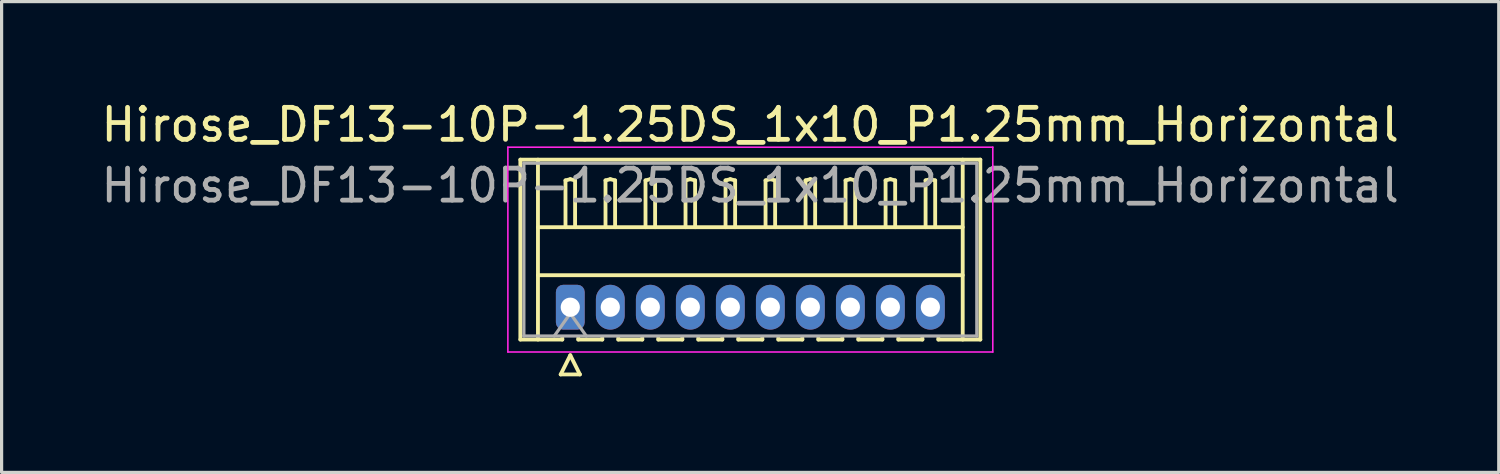
<source format=kicad_pcb>
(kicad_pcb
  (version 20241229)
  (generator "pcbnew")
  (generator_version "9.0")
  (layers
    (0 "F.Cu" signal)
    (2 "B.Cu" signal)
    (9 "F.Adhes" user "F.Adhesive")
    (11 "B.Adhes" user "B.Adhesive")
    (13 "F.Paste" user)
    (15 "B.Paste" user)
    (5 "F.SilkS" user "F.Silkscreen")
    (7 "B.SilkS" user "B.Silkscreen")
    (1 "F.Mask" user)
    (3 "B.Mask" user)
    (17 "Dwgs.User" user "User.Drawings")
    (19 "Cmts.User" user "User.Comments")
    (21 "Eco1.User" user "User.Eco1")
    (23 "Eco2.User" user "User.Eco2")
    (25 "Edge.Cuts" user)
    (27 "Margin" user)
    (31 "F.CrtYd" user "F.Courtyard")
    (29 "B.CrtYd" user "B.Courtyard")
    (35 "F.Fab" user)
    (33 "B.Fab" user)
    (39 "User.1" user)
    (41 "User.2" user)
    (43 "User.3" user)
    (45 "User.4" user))
  (footprint "Hirose_DF13-10P-1.25DS_1x10_P1.25mm_Horizontal"
    (layer "F.Cu")
    (at 14.767 6.548)
    (property "Reference" "Hirose_DF13-10P-1.25DS_1x10_P1.25mm_Horizontal" (at 5.62 -5.7 0) (layer "F.SilkS") (effects (font (size 1 1) (thickness 0.15))))
    (attr through_hole)
    (fp_line (start -1.56 -4.61) (end 12.81 -4.61) (stroke (width 0.12) (type solid)) (layer "F.SilkS"))
    (fp_line (start -1.56 1.01) (end -1.56 -4.61) (stroke (width 0.12) (type solid)) (layer "F.SilkS"))
    (fp_line (start -1.01 -4.61) (end -1.01 1.01) (stroke (width 0.12) (type solid)) (layer "F.SilkS"))
    (fp_line (start -1.01 -2.5) (end 12.26 -2.5) (stroke (width 0.12) (type solid)) (layer "F.SilkS"))
    (fp_line (start -1.01 -1) (end 12.26 -1) (stroke (width 0.12) (type solid)) (layer "F.SilkS"))
    (fp_line (start -0.3 2.1) (end 0.3 2.1) (stroke (width 0.12) (type solid)) (layer "F.SilkS"))
    (fp_line (start -0.25 0.96) (end -0.25 1.01) (stroke (width 0.12) (type solid)) (layer "F.SilkS"))
    (fp_line (start -0.25 1.01) (end -1.56 1.01) (stroke (width 0.12) (type solid)) (layer "F.SilkS"))
    (fp_line (start -0.15 -3.962) (end 0 -4) (stroke (width 0.12) (type solid)) (layer "F.SilkS"))
    (fp_line (start -0.15 -2.5) (end -0.15 -3.962) (stroke (width 0.12) (type solid)) (layer "F.SilkS"))
    (fp_line (start 0 -4) (end 0.15 -3.962) (stroke (width 0.12) (type solid)) (layer "F.SilkS"))
    (fp_line (start 0 1.5) (end -0.3 2.1) (stroke (width 0.12) (type solid)) (layer "F.SilkS"))
    (fp_line (start 0.15 -3.962) (end 0.15 -2.5) (stroke (width 0.12) (type solid)) (layer "F.SilkS"))
    (fp_line (start 0.25 0.96) (end 0.25 1.01) (stroke (width 0.12) (type solid)) (layer "F.SilkS"))
    (fp_line (start 0.25 1.01) (end 1 1.01) (stroke (width 0.12) (type solid)) (layer "F.SilkS"))
    (fp_line (start 0.3 2.1) (end 0 1.5) (stroke (width 0.12) (type solid)) (layer "F.SilkS"))
    (fp_line (start 1 1.01) (end 1 0.96) (stroke (width 0.12) (type solid)) (layer "F.SilkS"))
    (fp_line (start 1.1 -3.962) (end 1.25 -4) (stroke (width 0.12) (type solid)) (layer "F.SilkS"))
    (fp_line (start 1.1 -2.5) (end 1.1 -3.962) (stroke (width 0.12) (type solid)) (layer "F.SilkS"))
    (fp_line (start 1.25 -4) (end 1.4 -3.962) (stroke (width 0.12) (type solid)) (layer "F.SilkS"))
    (fp_line (start 1.4 -3.962) (end 1.4 -2.5) (stroke (width 0.12) (type solid)) (layer "F.SilkS"))
    (fp_line (start 1.5 0.96) (end 1.5 1.01) (stroke (width 0.12) (type solid)) (layer "F.SilkS"))
    (fp_line (start 1.5 1.01) (end 2.25 1.01) (stroke (width 0.12) (type solid)) (layer "F.SilkS"))
    (fp_line (start 2.25 1.01) (end 2.25 0.96) (stroke (width 0.12) (type solid)) (layer "F.SilkS"))
    (fp_line (start 2.35 -3.962) (end 2.5 -4) (stroke (width 0.12) (type solid)) (layer "F.SilkS"))
    (fp_line (start 2.35 -2.5) (end 2.35 -3.962) (stroke (width 0.12) (type solid)) (layer "F.SilkS"))
    (fp_line (start 2.5 -4) (end 2.65 -3.962) (stroke (width 0.12) (type solid)) (layer "F.SilkS"))
    (fp_line (start 2.65 -3.962) (end 2.65 -2.5) (stroke (width 0.12) (type solid)) (layer "F.SilkS"))
    (fp_line (start 2.75 0.96) (end 2.75 1.01) (stroke (width 0.12) (type solid)) (layer "F.SilkS"))
    (fp_line (start 2.75 1.01) (end 3.5 1.01) (stroke (width 0.12) (type solid)) (layer "F.SilkS"))
    (fp_line (start 3.5 1.01) (end 3.5 0.96) (stroke (width 0.12) (type solid)) (layer "F.SilkS"))
    (fp_line (start 3.6 -3.962) (end 3.75 -4) (stroke (width 0.12) (type solid)) (layer "F.SilkS"))
    (fp_line (start 3.6 -2.5) (end 3.6 -3.962) (stroke (width 0.12) (type solid)) (layer "F.SilkS"))
    (fp_line (start 3.75 -4) (end 3.9 -3.962) (stroke (width 0.12) (type solid)) (layer "F.SilkS"))
    (fp_line (start 3.9 -3.962) (end 3.9 -2.5) (stroke (width 0.12) (type solid)) (layer "F.SilkS"))
    (fp_line (start 4 0.96) (end 4 1.01) (stroke (width 0.12) (type solid)) (layer "F.SilkS"))
    (fp_line (start 4 1.01) (end 4.75 1.01) (stroke (width 0.12) (type solid)) (layer "F.SilkS"))
    (fp_line (start 4.75 1.01) (end 4.75 0.96) (stroke (width 0.12) (type solid)) (layer "F.SilkS"))
    (fp_line (start 4.85 -3.962) (end 5 -4) (stroke (width 0.12) (type solid)) (layer "F.SilkS"))
    (fp_line (start 4.85 -2.5) (end 4.85 -3.962) (stroke (width 0.12) (type solid)) (layer "F.SilkS"))
    (fp_line (start 5 -4) (end 5.15 -3.962) (stroke (width 0.12) (type solid)) (layer "F.SilkS"))
    (fp_line (start 5.15 -3.962) (end 5.15 -2.5) (stroke (width 0.12) (type solid)) (layer "F.SilkS"))
    (fp_line (start 5.25 0.96) (end 5.25 1.01) (stroke (width 0.12) (type solid)) (layer "F.SilkS"))
    (fp_line (start 5.25 1.01) (end 6 1.01) (stroke (width 0.12) (type solid)) (layer "F.SilkS"))
    (fp_line (start 6 1.01) (end 6 0.96) (stroke (width 0.12) (type solid)) (layer "F.SilkS"))
    (fp_line (start 6.1 -3.962) (end 6.25 -4) (stroke (width 0.12) (type solid)) (layer "F.SilkS"))
    (fp_line (start 6.1 -2.5) (end 6.1 -3.962) (stroke (width 0.12) (type solid)) (layer "F.SilkS"))
    (fp_line (start 6.25 -4) (end 6.4 -3.962) (stroke (width 0.12) (type solid)) (layer "F.SilkS"))
    (fp_line (start 6.4 -3.962) (end 6.4 -2.5) (stroke (width 0.12) (type solid)) (layer "F.SilkS"))
    (fp_line (start 6.5 0.96) (end 6.5 1.01) (stroke (width 0.12) (type solid)) (layer "F.SilkS"))
    (fp_line (start 6.5 1.01) (end 7.25 1.01) (stroke (width 0.12) (type solid)) (layer "F.SilkS"))
    (fp_line (start 7.25 1.01) (end 7.25 0.96) (stroke (width 0.12) (type solid)) (layer "F.SilkS"))
    (fp_line (start 7.35 -3.962) (end 7.5 -4) (stroke (width 0.12) (type solid)) (layer "F.SilkS"))
    (fp_line (start 7.35 -2.5) (end 7.35 -3.962) (stroke (width 0.12) (type solid)) (layer "F.SilkS"))
    (fp_line (start 7.5 -4) (end 7.65 -3.962) (stroke (width 0.12) (type solid)) (layer "F.SilkS"))
    (fp_line (start 7.65 -3.962) (end 7.65 -2.5) (stroke (width 0.12) (type solid)) (layer "F.SilkS"))
    (fp_line (start 7.75 0.96) (end 7.75 1.01) (stroke (width 0.12) (type solid)) (layer "F.SilkS"))
    (fp_line (start 7.75 1.01) (end 8.5 1.01) (stroke (width 0.12) (type solid)) (layer "F.SilkS"))
    (fp_line (start 8.5 1.01) (end 8.5 0.96) (stroke (width 0.12) (type solid)) (layer "F.SilkS"))
    (fp_line (start 8.6 -3.962) (end 8.75 -4) (stroke (width 0.12) (type solid)) (layer "F.SilkS"))
    (fp_line (start 8.6 -2.5) (end 8.6 -3.962) (stroke (width 0.12) (type solid)) (layer "F.SilkS"))
    (fp_line (start 8.75 -4) (end 8.9 -3.962) (stroke (width 0.12) (type solid)) (layer "F.SilkS"))
    (fp_line (start 8.9 -3.962) (end 8.9 -2.5) (stroke (width 0.12) (type solid)) (layer "F.SilkS"))
    (fp_line (start 9 0.96) (end 9 1.01) (stroke (width 0.12) (type solid)) (layer "F.SilkS"))
    (fp_line (start 9 1.01) (end 9.75 1.01) (stroke (width 0.12) (type solid)) (layer "F.SilkS"))
    (fp_line (start 9.75 1.01) (end 9.75 0.96) (stroke (width 0.12) (type solid)) (layer "F.SilkS"))
    (fp_line (start 9.85 -3.962) (end 10 -4) (stroke (width 0.12) (type solid)) (layer "F.SilkS"))
    (fp_line (start 9.85 -2.5) (end 9.85 -3.962) (stroke (width 0.12) (type solid)) (layer "F.SilkS"))
    (fp_line (start 10 -4) (end 10.15 -3.962) (stroke (width 0.12) (type solid)) (layer "F.SilkS"))
    (fp_line (start 10.15 -3.962) (end 10.15 -2.5) (stroke (width 0.12) (type solid)) (layer "F.SilkS"))
    (fp_line (start 10.25 0.96) (end 10.25 1.01) (stroke (width 0.12) (type solid)) (layer "F.SilkS"))
    (fp_line (start 10.25 1.01) (end 11 1.01) (stroke (width 0.12) (type solid)) (layer "F.SilkS"))
    (fp_line (start 11 1.01) (end 11 0.96) (stroke (width 0.12) (type solid)) (layer "F.SilkS"))
    (fp_line (start 11.1 -3.962) (end 11.25 -4) (stroke (width 0.12) (type solid)) (layer "F.SilkS"))
    (fp_line (start 11.1 -2.5) (end 11.1 -3.962) (stroke (width 0.12) (type solid)) (layer "F.SilkS"))
    (fp_line (start 11.25 -4) (end 11.4 -3.962) (stroke (width 0.12) (type solid)) (layer "F.SilkS"))
    (fp_line (start 11.4 -3.962) (end 11.4 -2.5) (stroke (width 0.12) (type solid)) (layer "F.SilkS"))
    (fp_line (start 11.5 1.01) (end 11.5 0.96) (stroke (width 0.12) (type solid)) (layer "F.SilkS"))
    (fp_line (start 12.26 -4.61) (end 12.26 1.01) (stroke (width 0.12) (type solid)) (layer "F.SilkS"))
    (fp_line (start 12.81 -4.61) (end 12.81 1.01) (stroke (width 0.12) (type solid)) (layer "F.SilkS"))
    (fp_line (start 12.81 1.01) (end 11.5 1.01) (stroke (width 0.12) (type solid)) (layer "F.SilkS"))
    (fp_line (start -1.95 -5) (end -1.95 1.4) (stroke (width 0.05) (type solid)) (layer "F.CrtYd"))
    (fp_line (start -1.95 1.4) (end 13.2 1.4) (stroke (width 0.05) (type solid)) (layer "F.CrtYd"))
    (fp_line (start 13.2 -5) (end -1.95 -5) (stroke (width 0.05) (type solid)) (layer "F.CrtYd"))
    (fp_line (start 13.2 1.4) (end 13.2 -5) (stroke (width 0.05) (type solid)) (layer "F.CrtYd"))
    (fp_line (start -1.45 -4.5) (end -1.45 0.9) (stroke (width 0.1) (type solid)) (layer "F.Fab"))
    (fp_line (start -1.45 0.9) (end 12.7 0.9) (stroke (width 0.1) (type solid)) (layer "F.Fab"))
    (fp_line (start -0.5 0.9) (end 0 0.193) (stroke (width 0.1) (type solid)) (layer "F.Fab"))
    (fp_line (start 0 0.193) (end 0.5 0.9) (stroke (width 0.1) (type solid)) (layer "F.Fab"))
    (fp_line (start 12.7 -4.5) (end -1.45 -4.5) (stroke (width 0.1) (type solid)) (layer "F.Fab"))
    (fp_line (start 12.7 0.9) (end 12.7 -4.5) (stroke (width 0.1) (type solid)) (layer "F.Fab"))
    (fp_text user "${REFERENCE}" (at 5.62 -3.8 0) (layer "F.Fab") (effects (font (size 1 1) (thickness 0.15))))
    (pad "1" thru_hole roundrect (at 0 0) (size 0.9 1.4) (drill 0.6) (layers "*.Cu" "*.Mask") (roundrect_rratio 0.25))
    (pad "2" thru_hole oval (at 1.25 0) (size 0.9 1.4) (drill 0.6) (layers "*.Cu" "*.Mask"))
    (pad "3" thru_hole oval (at 2.5 0) (size 0.9 1.4) (drill 0.6) (layers "*.Cu" "*.Mask"))
    (pad "4" thru_hole oval (at 3.75 0) (size 0.9 1.4) (drill 0.6) (layers "*.Cu" "*.Mask"))
    (pad "5" thru_hole oval (at 5 0) (size 0.9 1.4) (drill 0.6) (layers "*.Cu" "*.Mask"))
    (pad "6" thru_hole oval (at 6.25 0) (size 0.9 1.4) (drill 0.6) (layers "*.Cu" "*.Mask"))
    (pad "7" thru_hole oval (at 7.5 0) (size 0.9 1.4) (drill 0.6) (layers "*.Cu" "*.Mask"))
    (pad "8" thru_hole oval (at 8.75 0) (size 0.9 1.4) (drill 0.6) (layers "*.Cu" "*.Mask"))
    (pad "9" thru_hole oval (at 10 0) (size 0.9 1.4) (drill 0.6) (layers "*.Cu" "*.Mask"))
    (pad "10" thru_hole oval (at 11.25 0) (size 0.9 1.4) (drill 0.6) (layers "*.Cu" "*.Mask")))
  (gr_rect
    (start -3 -3)
    (end 43.774 11.708)
    (stroke (width 0.1) (type default))
    (fill no)
    (layer "Edge.Cuts")))
</source>
